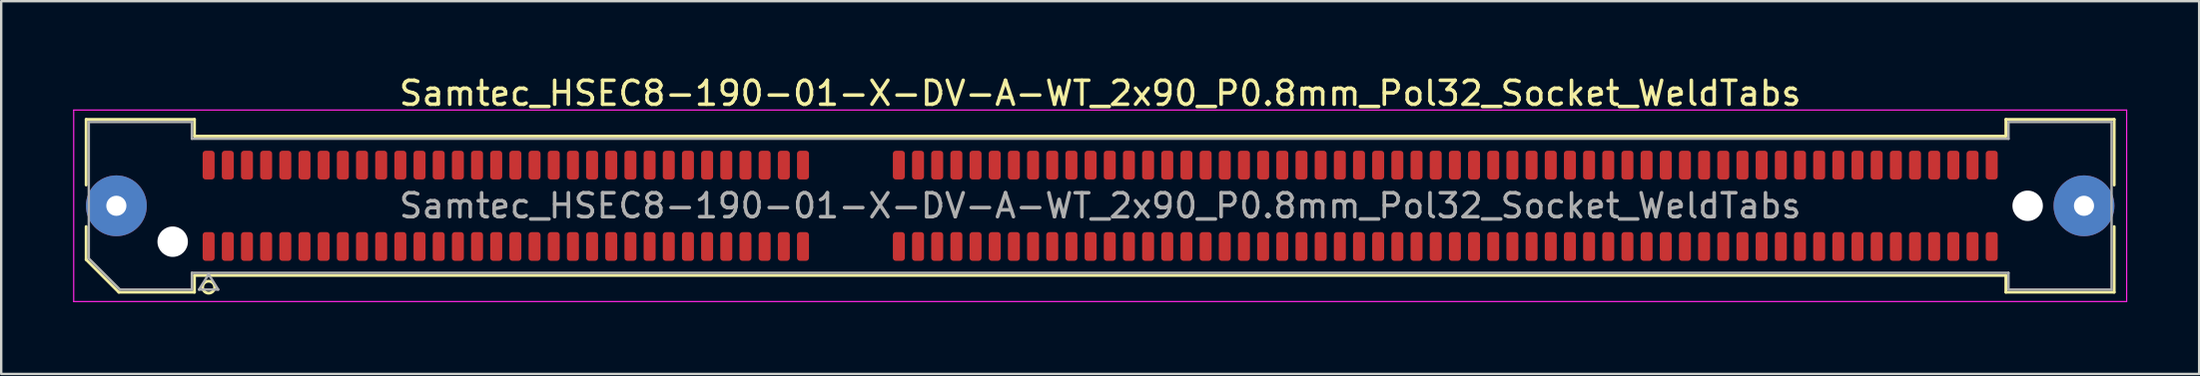
<source format=kicad_pcb>
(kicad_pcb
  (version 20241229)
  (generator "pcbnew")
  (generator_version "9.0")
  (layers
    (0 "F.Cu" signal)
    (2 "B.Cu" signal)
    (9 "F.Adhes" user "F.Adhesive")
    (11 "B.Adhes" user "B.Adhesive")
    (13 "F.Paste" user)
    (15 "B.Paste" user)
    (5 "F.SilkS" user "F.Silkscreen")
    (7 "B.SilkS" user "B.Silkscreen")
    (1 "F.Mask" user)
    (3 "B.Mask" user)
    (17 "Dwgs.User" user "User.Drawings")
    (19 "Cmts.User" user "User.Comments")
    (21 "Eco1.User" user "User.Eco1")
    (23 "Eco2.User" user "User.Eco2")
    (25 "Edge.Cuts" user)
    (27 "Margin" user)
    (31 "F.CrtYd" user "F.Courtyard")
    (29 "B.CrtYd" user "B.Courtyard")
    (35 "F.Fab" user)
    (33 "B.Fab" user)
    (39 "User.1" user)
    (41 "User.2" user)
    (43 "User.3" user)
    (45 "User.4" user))
  (footprint "Samtec_HSEC8-190-01-X-DV-A-WT_2x90_P0.8mm_Pol32_Socket_WeldTabs"
    (layer "F.Cu")
    (at 42.855 5.548)
    (property "Reference" "Samtec_HSEC8-190-01-X-DV-A-WT_2x90_P0.8mm_Pol32_Socket_WeldTabs" (at 0 -4.7 0) (layer "F.SilkS") (effects (font (size 1 1) (thickness 0.15))))
    (attr smd)
    (fp_line (start -42.31 -3.61) (end -37.79 -3.61) (stroke (width 0.12) (type solid)) (layer "F.SilkS"))
    (fp_line (start -42.31 -0.868) (end -42.31 -3.61) (stroke (width 0.12) (type solid)) (layer "F.SilkS"))
    (fp_line (start -42.31 2.246) (end -42.31 0.868) (stroke (width 0.12) (type solid)) (layer "F.SilkS"))
    (fp_line (start -40.946 3.61) (end -42.31 2.246) (stroke (width 0.12) (type solid)) (layer "F.SilkS"))
    (fp_line (start -37.79 -3.61) (end -37.79 -2.91) (stroke (width 0.12) (type solid)) (layer "F.SilkS"))
    (fp_line (start -37.79 -2.91) (end 37.79 -2.91) (stroke (width 0.12) (type solid)) (layer "F.SilkS"))
    (fp_line (start -37.79 2.91) (end -37.79 3.61) (stroke (width 0.12) (type solid)) (layer "F.SilkS"))
    (fp_line (start -37.79 3.61) (end -40.946 3.61) (stroke (width 0.12) (type solid)) (layer "F.SilkS"))
    (fp_line (start 37.79 -3.61) (end 42.31 -3.61) (stroke (width 0.12) (type solid)) (layer "F.SilkS"))
    (fp_line (start 37.79 -2.91) (end 37.79 -3.61) (stroke (width 0.12) (type solid)) (layer "F.SilkS"))
    (fp_line (start 37.79 2.91) (end -37.79 2.91) (stroke (width 0.12) (type solid)) (layer "F.SilkS"))
    (fp_line (start 37.79 3.61) (end 37.79 2.91) (stroke (width 0.12) (type solid)) (layer "F.SilkS"))
    (fp_line (start 42.31 -3.61) (end 42.31 -0.868) (stroke (width 0.12) (type solid)) (layer "F.SilkS"))
    (fp_line (start 42.31 0.868) (end 42.31 3.61) (stroke (width 0.12) (type solid)) (layer "F.SilkS"))
    (fp_line (start 42.31 3.61) (end 37.79 3.61) (stroke (width 0.12) (type solid)) (layer "F.SilkS"))
    (fp_circle (center -37.2 3.4) (end -36.95 3.4) (stroke (width 0.12) (type solid)) (fill no) (layer "F.SilkS"))
    (fp_line (start -42.83 -4) (end -42.83 4) (stroke (width 0.05) (type solid)) (layer "F.CrtYd"))
    (fp_line (start -42.83 4) (end 42.83 4) (stroke (width 0.05) (type solid)) (layer "F.CrtYd"))
    (fp_line (start 42.83 -4) (end -42.83 -4) (stroke (width 0.05) (type solid)) (layer "F.CrtYd"))
    (fp_line (start 42.83 4) (end 42.83 -4) (stroke (width 0.05) (type solid)) (layer "F.CrtYd"))
    (fp_line (start -42.2 -3.5) (end -37.9 -3.5) (stroke (width 0.1) (type solid)) (layer "F.Fab"))
    (fp_line (start -42.2 2.2) (end -42.2 -3.5) (stroke (width 0.1) (type solid)) (layer "F.Fab"))
    (fp_line (start -40.9 3.5) (end -42.2 2.2) (stroke (width 0.1) (type solid)) (layer "F.Fab"))
    (fp_line (start -37.9 -3.5) (end -37.9 -2.8) (stroke (width 0.1) (type solid)) (layer "F.Fab"))
    (fp_line (start -37.9 -2.8) (end 37.9 -2.8) (stroke (width 0.1) (type solid)) (layer "F.Fab"))
    (fp_line (start -37.9 2.8) (end -37.9 3.5) (stroke (width 0.1) (type solid)) (layer "F.Fab"))
    (fp_line (start -37.9 3.5) (end -40.9 3.5) (stroke (width 0.1) (type solid)) (layer "F.Fab"))
    (fp_line (start -37.6 3.5) (end -37.2 2.86) (stroke (width 0.1) (type solid)) (layer "F.Fab"))
    (fp_line (start -37.2 2.86) (end -36.8 3.5) (stroke (width 0.1) (type solid)) (layer "F.Fab"))
    (fp_line (start -36.8 3.5) (end -37.6 3.5) (stroke (width 0.1) (type solid)) (layer "F.Fab"))
    (fp_line (start 37.9 -3.5) (end 42.2 -3.5) (stroke (width 0.1) (type solid)) (layer "F.Fab"))
    (fp_line (start 37.9 -2.8) (end 37.9 -3.5) (stroke (width 0.1) (type solid)) (layer "F.Fab"))
    (fp_line (start 37.9 2.8) (end -37.9 2.8) (stroke (width 0.1) (type solid)) (layer "F.Fab"))
    (fp_line (start 37.9 3.5) (end 37.9 2.8) (stroke (width 0.1) (type solid)) (layer "F.Fab"))
    (fp_line (start 42.2 -3.5) (end 42.2 3.5) (stroke (width 0.1) (type solid)) (layer "F.Fab"))
    (fp_line (start 42.2 3.5) (end 37.9 3.5) (stroke (width 0.1) (type solid)) (layer "F.Fab"))
    (fp_text user "${REFERENCE}" (at 0 0 0) (layer "F.Fab") (effects (font (size 1 1) (thickness 0.15))))
    (pad "" thru_hole circle (at -41.05 0) (size 2.54 2.54) (drill 0.84) (layers "*.Cu" "*.Mask" "F.Paste"))
    (pad "" np_thru_hole circle (at -38.7 1.5) (size 1.27 1.27) (drill 1.27) (layers "*.Cu" "*.Mask"))
    (pad "" np_thru_hole circle (at 38.7 0) (size 1.27 1.27) (drill 1.27) (layers "*.Cu" "*.Mask"))
    (pad "" thru_hole circle (at 41.05 0) (size 2.54 2.54) (drill 0.84) (layers "*.Cu" "*.Mask" "F.Paste"))
    (pad "1" smd roundrect (at -37.2 1.7) (size 0.5 1.2) (layers "F.Cu" "F.Mask" "F.Paste") (roundrect_rratio 0.25))
    (pad "2" smd roundrect (at -37.2 -1.7) (size 0.5 1.2) (layers "F.Cu" "F.Mask" "F.Paste") (roundrect_rratio 0.25))
    (pad "3" smd roundrect (at -36.4 1.7) (size 0.5 1.2) (layers "F.Cu" "F.Mask" "F.Paste") (roundrect_rratio 0.25))
    (pad "4" smd roundrect (at -36.4 -1.7) (size 0.5 1.2) (layers "F.Cu" "F.Mask" "F.Paste") (roundrect_rratio 0.25))
    (pad "5" smd roundrect (at -35.6 1.7) (size 0.5 1.2) (layers "F.Cu" "F.Mask" "F.Paste") (roundrect_rratio 0.25))
    (pad "6" smd roundrect (at -35.6 -1.7) (size 0.5 1.2) (layers "F.Cu" "F.Mask" "F.Paste") (roundrect_rratio 0.25))
    (pad "7" smd roundrect (at -34.8 1.7) (size 0.5 1.2) (layers "F.Cu" "F.Mask" "F.Paste") (roundrect_rratio 0.25))
    (pad "8" smd roundrect (at -34.8 -1.7) (size 0.5 1.2) (layers "F.Cu" "F.Mask" "F.Paste") (roundrect_rratio 0.25))
    (pad "9" smd roundrect (at -34 1.7) (size 0.5 1.2) (layers "F.Cu" "F.Mask" "F.Paste") (roundrect_rratio 0.25))
    (pad "10" smd roundrect (at -34 -1.7) (size 0.5 1.2) (layers "F.Cu" "F.Mask" "F.Paste") (roundrect_rratio 0.25))
    (pad "11" smd roundrect (at -33.2 1.7) (size 0.5 1.2) (layers "F.Cu" "F.Mask" "F.Paste") (roundrect_rratio 0.25))
    (pad "12" smd roundrect (at -33.2 -1.7) (size 0.5 1.2) (layers "F.Cu" "F.Mask" "F.Paste") (roundrect_rratio 0.25))
    (pad "13" smd roundrect (at -32.4 1.7) (size 0.5 1.2) (layers "F.Cu" "F.Mask" "F.Paste") (roundrect_rratio 0.25))
    (pad "14" smd roundrect (at -32.4 -1.7) (size 0.5 1.2) (layers "F.Cu" "F.Mask" "F.Paste") (roundrect_rratio 0.25))
    (pad "15" smd roundrect (at -31.6 1.7) (size 0.5 1.2) (layers "F.Cu" "F.Mask" "F.Paste") (roundrect_rratio 0.25))
    (pad "16" smd roundrect (at -31.6 -1.7) (size 0.5 1.2) (layers "F.Cu" "F.Mask" "F.Paste") (roundrect_rratio 0.25))
    (pad "17" smd roundrect (at -30.8 1.7) (size 0.5 1.2) (layers "F.Cu" "F.Mask" "F.Paste") (roundrect_rratio 0.25))
    (pad "18" smd roundrect (at -30.8 -1.7) (size 0.5 1.2) (layers "F.Cu" "F.Mask" "F.Paste") (roundrect_rratio 0.25))
    (pad "19" smd roundrect (at -30 1.7) (size 0.5 1.2) (layers "F.Cu" "F.Mask" "F.Paste") (roundrect_rratio 0.25))
    (pad "20" smd roundrect (at -30 -1.7) (size 0.5 1.2) (layers "F.Cu" "F.Mask" "F.Paste") (roundrect_rratio 0.25))
    (pad "21" smd roundrect (at -29.2 1.7) (size 0.5 1.2) (layers "F.Cu" "F.Mask" "F.Paste") (roundrect_rratio 0.25))
    (pad "22" smd roundrect (at -29.2 -1.7) (size 0.5 1.2) (layers "F.Cu" "F.Mask" "F.Paste") (roundrect_rratio 0.25))
    (pad "23" smd roundrect (at -28.4 1.7) (size 0.5 1.2) (layers "F.Cu" "F.Mask" "F.Paste") (roundrect_rratio 0.25))
    (pad "24" smd roundrect (at -28.4 -1.7) (size 0.5 1.2) (layers "F.Cu" "F.Mask" "F.Paste") (roundrect_rratio 0.25))
    (pad "25" smd roundrect (at -27.6 1.7) (size 0.5 1.2) (layers "F.Cu" "F.Mask" "F.Paste") (roundrect_rratio 0.25))
    (pad "26" smd roundrect (at -27.6 -1.7) (size 0.5 1.2) (layers "F.Cu" "F.Mask" "F.Paste") (roundrect_rratio 0.25))
    (pad "27" smd roundrect (at -26.8 1.7) (size 0.5 1.2) (layers "F.Cu" "F.Mask" "F.Paste") (roundrect_rratio 0.25))
    (pad "28" smd roundrect (at -26.8 -1.7) (size 0.5 1.2) (layers "F.Cu" "F.Mask" "F.Paste") (roundrect_rratio 0.25))
    (pad "29" smd roundrect (at -26 1.7) (size 0.5 1.2) (layers "F.Cu" "F.Mask" "F.Paste") (roundrect_rratio 0.25))
    (pad "30" smd roundrect (at -26 -1.7) (size 0.5 1.2) (layers "F.Cu" "F.Mask" "F.Paste") (roundrect_rratio 0.25))
    (pad "31" smd roundrect (at -25.2 1.7) (size 0.5 1.2) (layers "F.Cu" "F.Mask" "F.Paste") (roundrect_rratio 0.25))
    (pad "32" smd roundrect (at -25.2 -1.7) (size 0.5 1.2) (layers "F.Cu" "F.Mask" "F.Paste") (roundrect_rratio 0.25))
    (pad "33" smd roundrect (at -24.4 1.7) (size 0.5 1.2) (layers "F.Cu" "F.Mask" "F.Paste") (roundrect_rratio 0.25))
    (pad "34" smd roundrect (at -24.4 -1.7) (size 0.5 1.2) (layers "F.Cu" "F.Mask" "F.Paste") (roundrect_rratio 0.25))
    (pad "35" smd roundrect (at -23.6 1.7) (size 0.5 1.2) (layers "F.Cu" "F.Mask" "F.Paste") (roundrect_rratio 0.25))
    (pad "36" smd roundrect (at -23.6 -1.7) (size 0.5 1.2) (layers "F.Cu" "F.Mask" "F.Paste") (roundrect_rratio 0.25))
    (pad "37" smd roundrect (at -22.8 1.7) (size 0.5 1.2) (layers "F.Cu" "F.Mask" "F.Paste") (roundrect_rratio 0.25))
    (pad "38" smd roundrect (at -22.8 -1.7) (size 0.5 1.2) (layers "F.Cu" "F.Mask" "F.Paste") (roundrect_rratio 0.25))
    (pad "39" smd roundrect (at -22 1.7) (size 0.5 1.2) (layers "F.Cu" "F.Mask" "F.Paste") (roundrect_rratio 0.25))
    (pad "40" smd roundrect (at -22 -1.7) (size 0.5 1.2) (layers "F.Cu" "F.Mask" "F.Paste") (roundrect_rratio 0.25))
    (pad "41" smd roundrect (at -21.2 1.7) (size 0.5 1.2) (layers "F.Cu" "F.Mask" "F.Paste") (roundrect_rratio 0.25))
    (pad "42" smd roundrect (at -21.2 -1.7) (size 0.5 1.2) (layers "F.Cu" "F.Mask" "F.Paste") (roundrect_rratio 0.25))
    (pad "43" smd roundrect (at -20.4 1.7) (size 0.5 1.2) (layers "F.Cu" "F.Mask" "F.Paste") (roundrect_rratio 0.25))
    (pad "44" smd roundrect (at -20.4 -1.7) (size 0.5 1.2) (layers "F.Cu" "F.Mask" "F.Paste") (roundrect_rratio 0.25))
    (pad "45" smd roundrect (at -19.6 1.7) (size 0.5 1.2) (layers "F.Cu" "F.Mask" "F.Paste") (roundrect_rratio 0.25))
    (pad "46" smd roundrect (at -19.6 -1.7) (size 0.5 1.2) (layers "F.Cu" "F.Mask" "F.Paste") (roundrect_rratio 0.25))
    (pad "47" smd roundrect (at -18.8 1.7) (size 0.5 1.2) (layers "F.Cu" "F.Mask" "F.Paste") (roundrect_rratio 0.25))
    (pad "48" smd roundrect (at -18.8 -1.7) (size 0.5 1.2) (layers "F.Cu" "F.Mask" "F.Paste") (roundrect_rratio 0.25))
    (pad "49" smd roundrect (at -18 1.7) (size 0.5 1.2) (layers "F.Cu" "F.Mask" "F.Paste") (roundrect_rratio 0.25))
    (pad "50" smd roundrect (at -18 -1.7) (size 0.5 1.2) (layers "F.Cu" "F.Mask" "F.Paste") (roundrect_rratio 0.25))
    (pad "51" smd roundrect (at -17.2 1.7) (size 0.5 1.2) (layers "F.Cu" "F.Mask" "F.Paste") (roundrect_rratio 0.25))
    (pad "52" smd roundrect (at -17.2 -1.7) (size 0.5 1.2) (layers "F.Cu" "F.Mask" "F.Paste") (roundrect_rratio 0.25))
    (pad "53" smd roundrect (at -16.4 1.7) (size 0.5 1.2) (layers "F.Cu" "F.Mask" "F.Paste") (roundrect_rratio 0.25))
    (pad "54" smd roundrect (at -16.4 -1.7) (size 0.5 1.2) (layers "F.Cu" "F.Mask" "F.Paste") (roundrect_rratio 0.25))
    (pad "55" smd roundrect (at -15.6 1.7) (size 0.5 1.2) (layers "F.Cu" "F.Mask" "F.Paste") (roundrect_rratio 0.25))
    (pad "56" smd roundrect (at -15.6 -1.7) (size 0.5 1.2) (layers "F.Cu" "F.Mask" "F.Paste") (roundrect_rratio 0.25))
    (pad "57" smd roundrect (at -14.8 1.7) (size 0.5 1.2) (layers "F.Cu" "F.Mask" "F.Paste") (roundrect_rratio 0.25))
    (pad "58" smd roundrect (at -14.8 -1.7) (size 0.5 1.2) (layers "F.Cu" "F.Mask" "F.Paste") (roundrect_rratio 0.25))
    (pad "59" smd roundrect (at -14 1.7) (size 0.5 1.2) (layers "F.Cu" "F.Mask" "F.Paste") (roundrect_rratio 0.25))
    (pad "60" smd roundrect (at -14 -1.7) (size 0.5 1.2) (layers "F.Cu" "F.Mask" "F.Paste") (roundrect_rratio 0.25))
    (pad "61" smd roundrect (at -13.2 1.7) (size 0.5 1.2) (layers "F.Cu" "F.Mask" "F.Paste") (roundrect_rratio 0.25))
    (pad "62" smd roundrect (at -13.2 -1.7) (size 0.5 1.2) (layers "F.Cu" "F.Mask" "F.Paste") (roundrect_rratio 0.25))
    (pad "63" smd roundrect (at -12.4 1.7) (size 0.5 1.2) (layers "F.Cu" "F.Mask" "F.Paste") (roundrect_rratio 0.25))
    (pad "64" smd roundrect (at -12.4 -1.7) (size 0.5 1.2) (layers "F.Cu" "F.Mask" "F.Paste") (roundrect_rratio 0.25))
    (pad "65" smd roundrect (at -8.4 1.7) (size 0.5 1.2) (layers "F.Cu" "F.Mask" "F.Paste") (roundrect_rratio 0.25))
    (pad "66" smd roundrect (at -8.4 -1.7) (size 0.5 1.2) (layers "F.Cu" "F.Mask" "F.Paste") (roundrect_rratio 0.25))
    (pad "67" smd roundrect (at -7.6 1.7) (size 0.5 1.2) (layers "F.Cu" "F.Mask" "F.Paste") (roundrect_rratio 0.25))
    (pad "68" smd roundrect (at -7.6 -1.7) (size 0.5 1.2) (layers "F.Cu" "F.Mask" "F.Paste") (roundrect_rratio 0.25))
    (pad "69" smd roundrect (at -6.8 1.7) (size 0.5 1.2) (layers "F.Cu" "F.Mask" "F.Paste") (roundrect_rratio 0.25))
    (pad "70" smd roundrect (at -6.8 -1.7) (size 0.5 1.2) (layers "F.Cu" "F.Mask" "F.Paste") (roundrect_rratio 0.25))
    (pad "71" smd roundrect (at -6 1.7) (size 0.5 1.2) (layers "F.Cu" "F.Mask" "F.Paste") (roundrect_rratio 0.25))
    (pad "72" smd roundrect (at -6 -1.7) (size 0.5 1.2) (layers "F.Cu" "F.Mask" "F.Paste") (roundrect_rratio 0.25))
    (pad "73" smd roundrect (at -5.2 1.7) (size 0.5 1.2) (layers "F.Cu" "F.Mask" "F.Paste") (roundrect_rratio 0.25))
    (pad "74" smd roundrect (at -5.2 -1.7) (size 0.5 1.2) (layers "F.Cu" "F.Mask" "F.Paste") (roundrect_rratio 0.25))
    (pad "75" smd roundrect (at -4.4 1.7) (size 0.5 1.2) (layers "F.Cu" "F.Mask" "F.Paste") (roundrect_rratio 0.25))
    (pad "76" smd roundrect (at -4.4 -1.7) (size 0.5 1.2) (layers "F.Cu" "F.Mask" "F.Paste") (roundrect_rratio 0.25))
    (pad "77" smd roundrect (at -3.6 1.7) (size 0.5 1.2) (layers "F.Cu" "F.Mask" "F.Paste") (roundrect_rratio 0.25))
    (pad "78" smd roundrect (at -3.6 -1.7) (size 0.5 1.2) (layers "F.Cu" "F.Mask" "F.Paste") (roundrect_rratio 0.25))
    (pad "79" smd roundrect (at -2.8 1.7) (size 0.5 1.2) (layers "F.Cu" "F.Mask" "F.Paste") (roundrect_rratio 0.25))
    (pad "80" smd roundrect (at -2.8 -1.7) (size 0.5 1.2) (layers "F.Cu" "F.Mask" "F.Paste") (roundrect_rratio 0.25))
    (pad "81" smd roundrect (at -2 1.7) (size 0.5 1.2) (layers "F.Cu" "F.Mask" "F.Paste") (roundrect_rratio 0.25))
    (pad "82" smd roundrect (at -2 -1.7) (size 0.5 1.2) (layers "F.Cu" "F.Mask" "F.Paste") (roundrect_rratio 0.25))
    (pad "83" smd roundrect (at -1.2 1.7) (size 0.5 1.2) (layers "F.Cu" "F.Mask" "F.Paste") (roundrect_rratio 0.25))
    (pad "84" smd roundrect (at -1.2 -1.7) (size 0.5 1.2) (layers "F.Cu" "F.Mask" "F.Paste") (roundrect_rratio 0.25))
    (pad "85" smd roundrect (at -0.4 1.7) (size 0.5 1.2) (layers "F.Cu" "F.Mask" "F.Paste") (roundrect_rratio 0.25))
    (pad "86" smd roundrect (at -0.4 -1.7) (size 0.5 1.2) (layers "F.Cu" "F.Mask" "F.Paste") (roundrect_rratio 0.25))
    (pad "87" smd roundrect (at 0.4 1.7) (size 0.5 1.2) (layers "F.Cu" "F.Mask" "F.Paste") (roundrect_rratio 0.25))
    (pad "88" smd roundrect (at 0.4 -1.7) (size 0.5 1.2) (layers "F.Cu" "F.Mask" "F.Paste") (roundrect_rratio 0.25))
    (pad "89" smd roundrect (at 1.2 1.7) (size 0.5 1.2) (layers "F.Cu" "F.Mask" "F.Paste") (roundrect_rratio 0.25))
    (pad "90" smd roundrect (at 1.2 -1.7) (size 0.5 1.2) (layers "F.Cu" "F.Mask" "F.Paste") (roundrect_rratio 0.25))
    (pad "91" smd roundrect (at 2 1.7) (size 0.5 1.2) (layers "F.Cu" "F.Mask" "F.Paste") (roundrect_rratio 0.25))
    (pad "92" smd roundrect (at 2 -1.7) (size 0.5 1.2) (layers "F.Cu" "F.Mask" "F.Paste") (roundrect_rratio 0.25))
    (pad "93" smd roundrect (at 2.8 1.7) (size 0.5 1.2) (layers "F.Cu" "F.Mask" "F.Paste") (roundrect_rratio 0.25))
    (pad "94" smd roundrect (at 2.8 -1.7) (size 0.5 1.2) (layers "F.Cu" "F.Mask" "F.Paste") (roundrect_rratio 0.25))
    (pad "95" smd roundrect (at 3.6 1.7) (size 0.5 1.2) (layers "F.Cu" "F.Mask" "F.Paste") (roundrect_rratio 0.25))
    (pad "96" smd roundrect (at 3.6 -1.7) (size 0.5 1.2) (layers "F.Cu" "F.Mask" "F.Paste") (roundrect_rratio 0.25))
    (pad "97" smd roundrect (at 4.4 1.7) (size 0.5 1.2) (layers "F.Cu" "F.Mask" "F.Paste") (roundrect_rratio 0.25))
    (pad "98" smd roundrect (at 4.4 -1.7) (size 0.5 1.2) (layers "F.Cu" "F.Mask" "F.Paste") (roundrect_rratio 0.25))
    (pad "99" smd roundrect (at 5.2 1.7) (size 0.5 1.2) (layers "F.Cu" "F.Mask" "F.Paste") (roundrect_rratio 0.25))
    (pad "100" smd roundrect (at 5.2 -1.7) (size 0.5 1.2) (layers "F.Cu" "F.Mask" "F.Paste") (roundrect_rratio 0.25))
    (pad "101" smd roundrect (at 6 1.7) (size 0.5 1.2) (layers "F.Cu" "F.Mask" "F.Paste") (roundrect_rratio 0.25))
    (pad "102" smd roundrect (at 6 -1.7) (size 0.5 1.2) (layers "F.Cu" "F.Mask" "F.Paste") (roundrect_rratio 0.25))
    (pad "103" smd roundrect (at 6.8 1.7) (size 0.5 1.2) (layers "F.Cu" "F.Mask" "F.Paste") (roundrect_rratio 0.25))
    (pad "104" smd roundrect (at 6.8 -1.7) (size 0.5 1.2) (layers "F.Cu" "F.Mask" "F.Paste") (roundrect_rratio 0.25))
    (pad "105" smd roundrect (at 7.6 1.7) (size 0.5 1.2) (layers "F.Cu" "F.Mask" "F.Paste") (roundrect_rratio 0.25))
    (pad "106" smd roundrect (at 7.6 -1.7) (size 0.5 1.2) (layers "F.Cu" "F.Mask" "F.Paste") (roundrect_rratio 0.25))
    (pad "107" smd roundrect (at 8.4 1.7) (size 0.5 1.2) (layers "F.Cu" "F.Mask" "F.Paste") (roundrect_rratio 0.25))
    (pad "108" smd roundrect (at 8.4 -1.7) (size 0.5 1.2) (layers "F.Cu" "F.Mask" "F.Paste") (roundrect_rratio 0.25))
    (pad "109" smd roundrect (at 9.2 1.7) (size 0.5 1.2) (layers "F.Cu" "F.Mask" "F.Paste") (roundrect_rratio 0.25))
    (pad "110" smd roundrect (at 9.2 -1.7) (size 0.5 1.2) (layers "F.Cu" "F.Mask" "F.Paste") (roundrect_rratio 0.25))
    (pad "111" smd roundrect (at 10 1.7) (size 0.5 1.2) (layers "F.Cu" "F.Mask" "F.Paste") (roundrect_rratio 0.25))
    (pad "112" smd roundrect (at 10 -1.7) (size 0.5 1.2) (layers "F.Cu" "F.Mask" "F.Paste") (roundrect_rratio 0.25))
    (pad "113" smd roundrect (at 10.8 1.7) (size 0.5 1.2) (layers "F.Cu" "F.Mask" "F.Paste") (roundrect_rratio 0.25))
    (pad "114" smd roundrect (at 10.8 -1.7) (size 0.5 1.2) (layers "F.Cu" "F.Mask" "F.Paste") (roundrect_rratio 0.25))
    (pad "115" smd roundrect (at 11.6 1.7) (size 0.5 1.2) (layers "F.Cu" "F.Mask" "F.Paste") (roundrect_rratio 0.25))
    (pad "116" smd roundrect (at 11.6 -1.7) (size 0.5 1.2) (layers "F.Cu" "F.Mask" "F.Paste") (roundrect_rratio 0.25))
    (pad "117" smd roundrect (at 12.4 1.7) (size 0.5 1.2) (layers "F.Cu" "F.Mask" "F.Paste") (roundrect_rratio 0.25))
    (pad "118" smd roundrect (at 12.4 -1.7) (size 0.5 1.2) (layers "F.Cu" "F.Mask" "F.Paste") (roundrect_rratio 0.25))
    (pad "119" smd roundrect (at 13.2 1.7) (size 0.5 1.2) (layers "F.Cu" "F.Mask" "F.Paste") (roundrect_rratio 0.25))
    (pad "120" smd roundrect (at 13.2 -1.7) (size 0.5 1.2) (layers "F.Cu" "F.Mask" "F.Paste") (roundrect_rratio 0.25))
    (pad "121" smd roundrect (at 14 1.7) (size 0.5 1.2) (layers "F.Cu" "F.Mask" "F.Paste") (roundrect_rratio 0.25))
    (pad "122" smd roundrect (at 14 -1.7) (size 0.5 1.2) (layers "F.Cu" "F.Mask" "F.Paste") (roundrect_rratio 0.25))
    (pad "123" smd roundrect (at 14.8 1.7) (size 0.5 1.2) (layers "F.Cu" "F.Mask" "F.Paste") (roundrect_rratio 0.25))
    (pad "124" smd roundrect (at 14.8 -1.7) (size 0.5 1.2) (layers "F.Cu" "F.Mask" "F.Paste") (roundrect_rratio 0.25))
    (pad "125" smd roundrect (at 15.6 1.7) (size 0.5 1.2) (layers "F.Cu" "F.Mask" "F.Paste") (roundrect_rratio 0.25))
    (pad "126" smd roundrect (at 15.6 -1.7) (size 0.5 1.2) (layers "F.Cu" "F.Mask" "F.Paste") (roundrect_rratio 0.25))
    (pad "127" smd roundrect (at 16.4 1.7) (size 0.5 1.2) (layers "F.Cu" "F.Mask" "F.Paste") (roundrect_rratio 0.25))
    (pad "128" smd roundrect (at 16.4 -1.7) (size 0.5 1.2) (layers "F.Cu" "F.Mask" "F.Paste") (roundrect_rratio 0.25))
    (pad "129" smd roundrect (at 17.2 1.7) (size 0.5 1.2) (layers "F.Cu" "F.Mask" "F.Paste") (roundrect_rratio 0.25))
    (pad "130" smd roundrect (at 17.2 -1.7) (size 0.5 1.2) (layers "F.Cu" "F.Mask" "F.Paste") (roundrect_rratio 0.25))
    (pad "131" smd roundrect (at 18 1.7) (size 0.5 1.2) (layers "F.Cu" "F.Mask" "F.Paste") (roundrect_rratio 0.25))
    (pad "132" smd roundrect (at 18 -1.7) (size 0.5 1.2) (layers "F.Cu" "F.Mask" "F.Paste") (roundrect_rratio 0.25))
    (pad "133" smd roundrect (at 18.8 1.7) (size 0.5 1.2) (layers "F.Cu" "F.Mask" "F.Paste") (roundrect_rratio 0.25))
    (pad "134" smd roundrect (at 18.8 -1.7) (size 0.5 1.2) (layers "F.Cu" "F.Mask" "F.Paste") (roundrect_rratio 0.25))
    (pad "135" smd roundrect (at 19.6 1.7) (size 0.5 1.2) (layers "F.Cu" "F.Mask" "F.Paste") (roundrect_rratio 0.25))
    (pad "136" smd roundrect (at 19.6 -1.7) (size 0.5 1.2) (layers "F.Cu" "F.Mask" "F.Paste") (roundrect_rratio 0.25))
    (pad "137" smd roundrect (at 20.4 1.7) (size 0.5 1.2) (layers "F.Cu" "F.Mask" "F.Paste") (roundrect_rratio 0.25))
    (pad "138" smd roundrect (at 20.4 -1.7) (size 0.5 1.2) (layers "F.Cu" "F.Mask" "F.Paste") (roundrect_rratio 0.25))
    (pad "139" smd roundrect (at 21.2 1.7) (size 0.5 1.2) (layers "F.Cu" "F.Mask" "F.Paste") (roundrect_rratio 0.25))
    (pad "140" smd roundrect (at 21.2 -1.7) (size 0.5 1.2) (layers "F.Cu" "F.Mask" "F.Paste") (roundrect_rratio 0.25))
    (pad "141" smd roundrect (at 22 1.7) (size 0.5 1.2) (layers "F.Cu" "F.Mask" "F.Paste") (roundrect_rratio 0.25))
    (pad "142" smd roundrect (at 22 -1.7) (size 0.5 1.2) (layers "F.Cu" "F.Mask" "F.Paste") (roundrect_rratio 0.25))
    (pad "143" smd roundrect (at 22.8 1.7) (size 0.5 1.2) (layers "F.Cu" "F.Mask" "F.Paste") (roundrect_rratio 0.25))
    (pad "144" smd roundrect (at 22.8 -1.7) (size 0.5 1.2) (layers "F.Cu" "F.Mask" "F.Paste") (roundrect_rratio 0.25))
    (pad "145" smd roundrect (at 23.6 1.7) (size 0.5 1.2) (layers "F.Cu" "F.Mask" "F.Paste") (roundrect_rratio 0.25))
    (pad "146" smd roundrect (at 23.6 -1.7) (size 0.5 1.2) (layers "F.Cu" "F.Mask" "F.Paste") (roundrect_rratio 0.25))
    (pad "147" smd roundrect (at 24.4 1.7) (size 0.5 1.2) (layers "F.Cu" "F.Mask" "F.Paste") (roundrect_rratio 0.25))
    (pad "148" smd roundrect (at 24.4 -1.7) (size 0.5 1.2) (layers "F.Cu" "F.Mask" "F.Paste") (roundrect_rratio 0.25))
    (pad "149" smd roundrect (at 25.2 1.7) (size 0.5 1.2) (layers "F.Cu" "F.Mask" "F.Paste") (roundrect_rratio 0.25))
    (pad "150" smd roundrect (at 25.2 -1.7) (size 0.5 1.2) (layers "F.Cu" "F.Mask" "F.Paste") (roundrect_rratio 0.25))
    (pad "151" smd roundrect (at 26 1.7) (size 0.5 1.2) (layers "F.Cu" "F.Mask" "F.Paste") (roundrect_rratio 0.25))
    (pad "152" smd roundrect (at 26 -1.7) (size 0.5 1.2) (layers "F.Cu" "F.Mask" "F.Paste") (roundrect_rratio 0.25))
    (pad "153" smd roundrect (at 26.8 1.7) (size 0.5 1.2) (layers "F.Cu" "F.Mask" "F.Paste") (roundrect_rratio 0.25))
    (pad "154" smd roundrect (at 26.8 -1.7) (size 0.5 1.2) (layers "F.Cu" "F.Mask" "F.Paste") (roundrect_rratio 0.25))
    (pad "155" smd roundrect (at 27.6 1.7) (size 0.5 1.2) (layers "F.Cu" "F.Mask" "F.Paste") (roundrect_rratio 0.25))
    (pad "156" smd roundrect (at 27.6 -1.7) (size 0.5 1.2) (layers "F.Cu" "F.Mask" "F.Paste") (roundrect_rratio 0.25))
    (pad "157" smd roundrect (at 28.4 1.7) (size 0.5 1.2) (layers "F.Cu" "F.Mask" "F.Paste") (roundrect_rratio 0.25))
    (pad "158" smd roundrect (at 28.4 -1.7) (size 0.5 1.2) (layers "F.Cu" "F.Mask" "F.Paste") (roundrect_rratio 0.25))
    (pad "159" smd roundrect (at 29.2 1.7) (size 0.5 1.2) (layers "F.Cu" "F.Mask" "F.Paste") (roundrect_rratio 0.25))
    (pad "160" smd roundrect (at 29.2 -1.7) (size 0.5 1.2) (layers "F.Cu" "F.Mask" "F.Paste") (roundrect_rratio 0.25))
    (pad "161" smd roundrect (at 30 1.7) (size 0.5 1.2) (layers "F.Cu" "F.Mask" "F.Paste") (roundrect_rratio 0.25))
    (pad "162" smd roundrect (at 30 -1.7) (size 0.5 1.2) (layers "F.Cu" "F.Mask" "F.Paste") (roundrect_rratio 0.25))
    (pad "163" smd roundrect (at 30.8 1.7) (size 0.5 1.2) (layers "F.Cu" "F.Mask" "F.Paste") (roundrect_rratio 0.25))
    (pad "164" smd roundrect (at 30.8 -1.7) (size 0.5 1.2) (layers "F.Cu" "F.Mask" "F.Paste") (roundrect_rratio 0.25))
    (pad "165" smd roundrect (at 31.6 1.7) (size 0.5 1.2) (layers "F.Cu" "F.Mask" "F.Paste") (roundrect_rratio 0.25))
    (pad "166" smd roundrect (at 31.6 -1.7) (size 0.5 1.2) (layers "F.Cu" "F.Mask" "F.Paste") (roundrect_rratio 0.25))
    (pad "167" smd roundrect (at 32.4 1.7) (size 0.5 1.2) (layers "F.Cu" "F.Mask" "F.Paste") (roundrect_rratio 0.25))
    (pad "168" smd roundrect (at 32.4 -1.7) (size 0.5 1.2) (layers "F.Cu" "F.Mask" "F.Paste") (roundrect_rratio 0.25))
    (pad "169" smd roundrect (at 33.2 1.7) (size 0.5 1.2) (layers "F.Cu" "F.Mask" "F.Paste") (roundrect_rratio 0.25))
    (pad "170" smd roundrect (at 33.2 -1.7) (size 0.5 1.2) (layers "F.Cu" "F.Mask" "F.Paste") (roundrect_rratio 0.25))
    (pad "171" smd roundrect (at 34 1.7) (size 0.5 1.2) (layers "F.Cu" "F.Mask" "F.Paste") (roundrect_rratio 0.25))
    (pad "172" smd roundrect (at 34 -1.7) (size 0.5 1.2) (layers "F.Cu" "F.Mask" "F.Paste") (roundrect_rratio 0.25))
    (pad "173" smd roundrect (at 34.8 1.7) (size 0.5 1.2) (layers "F.Cu" "F.Mask" "F.Paste") (roundrect_rratio 0.25))
    (pad "174" smd roundrect (at 34.8 -1.7) (size 0.5 1.2) (layers "F.Cu" "F.Mask" "F.Paste") (roundrect_rratio 0.25))
    (pad "175" smd roundrect (at 35.6 1.7) (size 0.5 1.2) (layers "F.Cu" "F.Mask" "F.Paste") (roundrect_rratio 0.25))
    (pad "176" smd roundrect (at 35.6 -1.7) (size 0.5 1.2) (layers "F.Cu" "F.Mask" "F.Paste") (roundrect_rratio 0.25))
    (pad "177" smd roundrect (at 36.4 1.7) (size 0.5 1.2) (layers "F.Cu" "F.Mask" "F.Paste") (roundrect_rratio 0.25))
    (pad "178" smd roundrect (at 36.4 -1.7) (size 0.5 1.2) (layers "F.Cu" "F.Mask" "F.Paste") (roundrect_rratio 0.25))
    (pad "179" smd roundrect (at 37.2 1.7) (size 0.5 1.2) (layers "F.Cu" "F.Mask" "F.Paste") (roundrect_rratio 0.25))
    (pad "180" smd roundrect (at 37.2 -1.7) (size 0.5 1.2) (layers "F.Cu" "F.Mask" "F.Paste") (roundrect_rratio 0.25)))
  (gr_rect
    (start -3 -3)
    (end 88.71 12.573)
    (stroke (width 0.1) (type default))
    (fill no)
    (layer "Edge.Cuts")))
</source>
